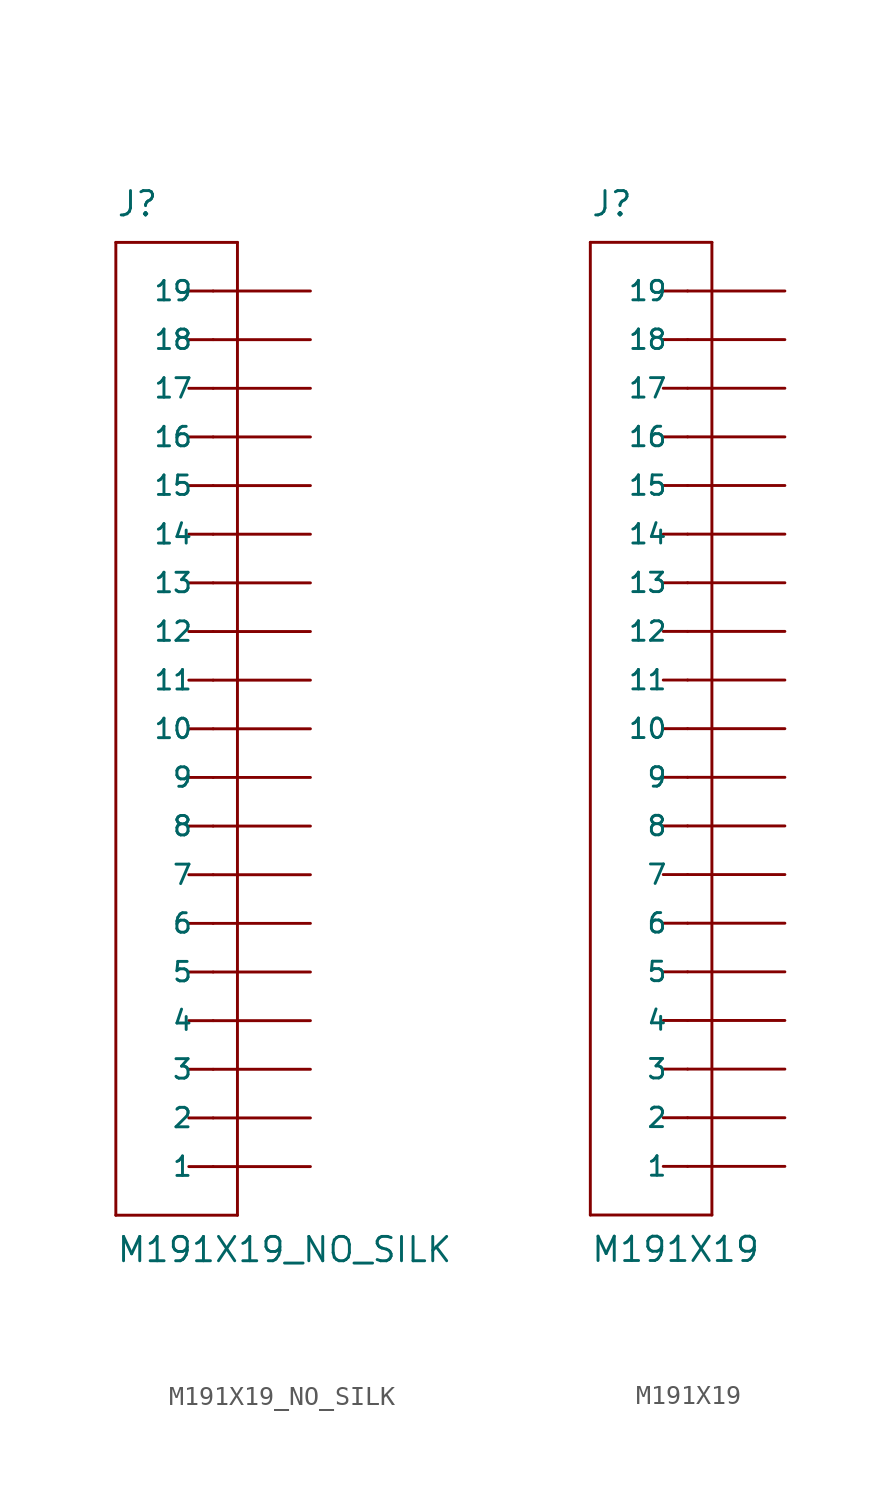
<source format=kicad_sym>
(kicad_symbol_lib
  (version 20211014)
  (generator kicad_symbol_editor)
  (symbol "M191X19_NO_SILK"
    (pin_numbers hide)
    (pin_names
      (offset 1.016))
    (property "Reference" "J"
      (at 0 26.67 0)
      (effects (font (size 1.27 1.27)) (justify left bottom)))
    (property "Value" "M191X19_NO_SILK"
      (at 0 -27.94 0)
      (effects (font (size 1.27 1.27)) (justify left bottom)))
    (property "Datasheet" ""
      (at 0 0 0)
      (effects (font (size 1.524 1.524))))
    (property "ki_locked" ""
      (at 0 0 0)
      (effects (font (size 1.27 1.27))))
    (symbol "M191X19_NO_SILK_1_0"
      (polyline (pts (xy 0 25.4) (xy 0 -25.4)) (stroke (width 0) (type default) (color 0 0 0 0)) (fill (type none)))
      (polyline (pts (xy 0 25.4) (xy 6.35 25.4)) (stroke (width 0) (type default) (color 0 0 0 0)) (fill (type none)))
      (polyline (pts (xy 3.81 -22.86) (xy 5.08 -22.86)) (stroke (width 0) (type default) (color 0 0 0 0)) (fill (type none)))
      (polyline (pts (xy 3.81 -20.32) (xy 5.08 -20.32)) (stroke (width 0) (type default) (color 0 0 0 0)) (fill (type none)))
      (polyline (pts (xy 3.81 -17.78) (xy 5.08 -17.78)) (stroke (width 0) (type default) (color 0 0 0 0)) (fill (type none)))
      (polyline (pts (xy 3.81 -15.24) (xy 5.08 -15.24)) (stroke (width 0) (type default) (color 0 0 0 0)) (fill (type none)))
      (polyline (pts (xy 3.81 -12.7) (xy 5.08 -12.7)) (stroke (width 0) (type default) (color 0 0 0 0)) (fill (type none)))
      (polyline (pts (xy 3.81 -10.16) (xy 5.08 -10.16)) (stroke (width 0) (type default) (color 0 0 0 0)) (fill (type none)))
      (polyline (pts (xy 3.81 -7.62) (xy 5.08 -7.62)) (stroke (width 0) (type default) (color 0 0 0 0)) (fill (type none)))
      (polyline (pts (xy 3.81 -5.08) (xy 5.08 -5.08)) (stroke (width 0) (type default) (color 0 0 0 0)) (fill (type none)))
      (polyline (pts (xy 3.81 -2.54) (xy 5.08 -2.54)) (stroke (width 0) (type default) (color 0 0 0 0)) (fill (type none)))
      (polyline (pts (xy 3.81 0) (xy 5.08 0)) (stroke (width 0) (type default) (color 0 0 0 0)) (fill (type none)))
      (polyline (pts (xy 3.81 2.54) (xy 5.08 2.54)) (stroke (width 0) (type default) (color 0 0 0 0)) (fill (type none)))
      (polyline (pts (xy 3.81 5.08) (xy 5.08 5.08)) (stroke (width 0) (type default) (color 0 0 0 0)) (fill (type none)))
      (polyline (pts (xy 3.81 7.62) (xy 5.08 7.62)) (stroke (width 0) (type default) (color 0 0 0 0)) (fill (type none)))
      (polyline (pts (xy 3.81 10.16) (xy 5.08 10.16)) (stroke (width 0) (type default) (color 0 0 0 0)) (fill (type none)))
      (polyline (pts (xy 3.81 12.7) (xy 5.08 12.7)) (stroke (width 0) (type default) (color 0 0 0 0)) (fill (type none)))
      (polyline (pts (xy 3.81 15.24) (xy 5.08 15.24)) (stroke (width 0) (type default) (color 0 0 0 0)) (fill (type none)))
      (polyline (pts (xy 3.81 17.78) (xy 5.08 17.78)) (stroke (width 0) (type default) (color 0 0 0 0)) (fill (type none)))
      (polyline (pts (xy 3.81 20.32) (xy 5.08 20.32)) (stroke (width 0) (type default) (color 0 0 0 0)) (fill (type none)))
      (polyline (pts (xy 3.81 22.86) (xy 5.08 22.86)) (stroke (width 0) (type default) (color 0 0 0 0)) (fill (type none)))
      (polyline (pts (xy 6.35 -25.4) (xy 0 -25.4)) (stroke (width 0) (type default) (color 0 0 0 0)) (fill (type none)))
      (polyline (pts (xy 6.35 -25.4) (xy 6.35 25.4)) (stroke (width 0) (type default) (color 0 0 0 0)) (fill (type none))))
    (symbol "M191X19_NO_SILK_1_1"
      (pin passive line (at 10.16 -22.86 180) (length 5.08) (name "1" (effects (font (size 1.016 1.016)))) (number "1" (effects (font (size 1.016 1.016)))))
      (pin passive line (at 10.16 0 180) (length 5.08) (name "10" (effects (font (size 1.016 1.016)))) (number "10" (effects (font (size 1.016 1.016)))))
      (pin passive line (at 10.16 2.54 180) (length 5.08) (name "11" (effects (font (size 1.016 1.016)))) (number "11" (effects (font (size 1.016 1.016)))))
      (pin passive line (at 10.16 5.08 180) (length 5.08) (name "12" (effects (font (size 1.016 1.016)))) (number "12" (effects (font (size 1.016 1.016)))))
      (pin passive line (at 10.16 7.62 180) (length 5.08) (name "13" (effects (font (size 1.016 1.016)))) (number "13" (effects (font (size 1.016 1.016)))))
      (pin passive line (at 10.16 10.16 180) (length 5.08) (name "14" (effects (font (size 1.016 1.016)))) (number "14" (effects (font (size 1.016 1.016)))))
      (pin passive line (at 10.16 12.7 180) (length 5.08) (name "15" (effects (font (size 1.016 1.016)))) (number "15" (effects (font (size 1.016 1.016)))))
      (pin passive line (at 10.16 15.24 180) (length 5.08) (name "16" (effects (font (size 1.016 1.016)))) (number "16" (effects (font (size 1.016 1.016)))))
      (pin passive line (at 10.16 17.78 180) (length 5.08) (name "17" (effects (font (size 1.016 1.016)))) (number "17" (effects (font (size 1.016 1.016)))))
      (pin passive line (at 10.16 20.32 180) (length 5.08) (name "18" (effects (font (size 1.016 1.016)))) (number "18" (effects (font (size 1.016 1.016)))))
      (pin passive line (at 10.16 22.86 180) (length 5.08) (name "19" (effects (font (size 1.016 1.016)))) (number "19" (effects (font (size 1.016 1.016)))))
      (pin passive line (at 10.16 -20.32 180) (length 5.08) (name "2" (effects (font (size 1.016 1.016)))) (number "2" (effects (font (size 1.016 1.016)))))
      (pin passive line (at 10.16 -17.78 180) (length 5.08) (name "3" (effects (font (size 1.016 1.016)))) (number "3" (effects (font (size 1.016 1.016)))))
      (pin passive line (at 10.16 -15.24 180) (length 5.08) (name "4" (effects (font (size 1.016 1.016)))) (number "4" (effects (font (size 1.016 1.016)))))
      (pin passive line (at 10.16 -12.7 180) (length 5.08) (name "5" (effects (font (size 1.016 1.016)))) (number "5" (effects (font (size 1.016 1.016)))))
      (pin passive line (at 10.16 -10.16 180) (length 5.08) (name "6" (effects (font (size 1.016 1.016)))) (number "6" (effects (font (size 1.016 1.016)))))
      (pin passive line (at 10.16 -7.62 180) (length 5.08) (name "7" (effects (font (size 1.016 1.016)))) (number "7" (effects (font (size 1.016 1.016)))))
      (pin passive line (at 10.16 -5.08 180) (length 5.08) (name "8" (effects (font (size 1.016 1.016)))) (number "8" (effects (font (size 1.016 1.016)))))
      (pin passive line (at 10.16 -2.54 180) (length 5.08) (name "9" (effects (font (size 1.016 1.016)))) (number "9" (effects (font (size 1.016 1.016)))))))
  (symbol "M191X19"
    (pin_numbers hide)
    (pin_names
      (offset 1.016))
    (property "Reference" "J"
      (at 0 26.67 0)
      (effects (font (size 1.27 1.27)) (justify left bottom)))
    (property "Value" "M191X19"
      (at 0 -27.94 0)
      (effects (font (size 1.27 1.27)) (justify left bottom)))
    (property "Datasheet" ""
      (at 0 0 0)
      (effects (font (size 1.524 1.524))))
    (property "ki_locked" ""
      (at 0 0 0)
      (effects (font (size 1.27 1.27))))
    (symbol "M191X19_1_0"
      (polyline (pts (xy 0 25.4) (xy 0 -25.4)) (stroke (width 0) (type default) (color 0 0 0 0)) (fill (type none)))
      (polyline (pts (xy 0 25.4) (xy 6.35 25.4)) (stroke (width 0) (type default) (color 0 0 0 0)) (fill (type none)))
      (polyline (pts (xy 3.81 -22.86) (xy 5.08 -22.86)) (stroke (width 0) (type default) (color 0 0 0 0)) (fill (type none)))
      (polyline (pts (xy 3.81 -20.32) (xy 5.08 -20.32)) (stroke (width 0) (type default) (color 0 0 0 0)) (fill (type none)))
      (polyline (pts (xy 3.81 -17.78) (xy 5.08 -17.78)) (stroke (width 0) (type default) (color 0 0 0 0)) (fill (type none)))
      (polyline (pts (xy 3.81 -15.24) (xy 5.08 -15.24)) (stroke (width 0) (type default) (color 0 0 0 0)) (fill (type none)))
      (polyline (pts (xy 3.81 -12.7) (xy 5.08 -12.7)) (stroke (width 0) (type default) (color 0 0 0 0)) (fill (type none)))
      (polyline (pts (xy 3.81 -10.16) (xy 5.08 -10.16)) (stroke (width 0) (type default) (color 0 0 0 0)) (fill (type none)))
      (polyline (pts (xy 3.81 -7.62) (xy 5.08 -7.62)) (stroke (width 0) (type default) (color 0 0 0 0)) (fill (type none)))
      (polyline (pts (xy 3.81 -5.08) (xy 5.08 -5.08)) (stroke (width 0) (type default) (color 0 0 0 0)) (fill (type none)))
      (polyline (pts (xy 3.81 -2.54) (xy 5.08 -2.54)) (stroke (width 0) (type default) (color 0 0 0 0)) (fill (type none)))
      (polyline (pts (xy 3.81 0) (xy 5.08 0)) (stroke (width 0) (type default) (color 0 0 0 0)) (fill (type none)))
      (polyline (pts (xy 3.81 2.54) (xy 5.08 2.54)) (stroke (width 0) (type default) (color 0 0 0 0)) (fill (type none)))
      (polyline (pts (xy 3.81 5.08) (xy 5.08 5.08)) (stroke (width 0) (type default) (color 0 0 0 0)) (fill (type none)))
      (polyline (pts (xy 3.81 7.62) (xy 5.08 7.62)) (stroke (width 0) (type default) (color 0 0 0 0)) (fill (type none)))
      (polyline (pts (xy 3.81 10.16) (xy 5.08 10.16)) (stroke (width 0) (type default) (color 0 0 0 0)) (fill (type none)))
      (polyline (pts (xy 3.81 12.7) (xy 5.08 12.7)) (stroke (width 0) (type default) (color 0 0 0 0)) (fill (type none)))
      (polyline (pts (xy 3.81 15.24) (xy 5.08 15.24)) (stroke (width 0) (type default) (color 0 0 0 0)) (fill (type none)))
      (polyline (pts (xy 3.81 17.78) (xy 5.08 17.78)) (stroke (width 0) (type default) (color 0 0 0 0)) (fill (type none)))
      (polyline (pts (xy 3.81 20.32) (xy 5.08 20.32)) (stroke (width 0) (type default) (color 0 0 0 0)) (fill (type none)))
      (polyline (pts (xy 3.81 22.86) (xy 5.08 22.86)) (stroke (width 0) (type default) (color 0 0 0 0)) (fill (type none)))
      (polyline (pts (xy 6.35 -25.4) (xy 0 -25.4)) (stroke (width 0) (type default) (color 0 0 0 0)) (fill (type none)))
      (polyline (pts (xy 6.35 -25.4) (xy 6.35 25.4)) (stroke (width 0) (type default) (color 0 0 0 0)) (fill (type none))))
    (symbol "M191X19_1_1"
      (pin passive line (at 10.16 -22.86 180) (length 5.08) (name "1" (effects (font (size 1.016 1.016)))) (number "1" (effects (font (size 1.016 1.016)))))
      (pin passive line (at 10.16 0 180) (length 5.08) (name "10" (effects (font (size 1.016 1.016)))) (number "10" (effects (font (size 1.016 1.016)))))
      (pin passive line (at 10.16 2.54 180) (length 5.08) (name "11" (effects (font (size 1.016 1.016)))) (number "11" (effects (font (size 1.016 1.016)))))
      (pin passive line (at 10.16 5.08 180) (length 5.08) (name "12" (effects (font (size 1.016 1.016)))) (number "12" (effects (font (size 1.016 1.016)))))
      (pin passive line (at 10.16 7.62 180) (length 5.08) (name "13" (effects (font (size 1.016 1.016)))) (number "13" (effects (font (size 1.016 1.016)))))
      (pin passive line (at 10.16 10.16 180) (length 5.08) (name "14" (effects (font (size 1.016 1.016)))) (number "14" (effects (font (size 1.016 1.016)))))
      (pin passive line (at 10.16 12.7 180) (length 5.08) (name "15" (effects (font (size 1.016 1.016)))) (number "15" (effects (font (size 1.016 1.016)))))
      (pin passive line (at 10.16 15.24 180) (length 5.08) (name "16" (effects (font (size 1.016 1.016)))) (number "16" (effects (font (size 1.016 1.016)))))
      (pin passive line (at 10.16 17.78 180) (length 5.08) (name "17" (effects (font (size 1.016 1.016)))) (number "17" (effects (font (size 1.016 1.016)))))
      (pin passive line (at 10.16 20.32 180) (length 5.08) (name "18" (effects (font (size 1.016 1.016)))) (number "18" (effects (font (size 1.016 1.016)))))
      (pin passive line (at 10.16 22.86 180) (length 5.08) (name "19" (effects (font (size 1.016 1.016)))) (number "19" (effects (font (size 1.016 1.016)))))
      (pin passive line (at 10.16 -20.32 180) (length 5.08) (name "2" (effects (font (size 1.016 1.016)))) (number "2" (effects (font (size 1.016 1.016)))))
      (pin passive line (at 10.16 -17.78 180) (length 5.08) (name "3" (effects (font (size 1.016 1.016)))) (number "3" (effects (font (size 1.016 1.016)))))
      (pin passive line (at 10.16 -15.24 180) (length 5.08) (name "4" (effects (font (size 1.016 1.016)))) (number "4" (effects (font (size 1.016 1.016)))))
      (pin passive line (at 10.16 -12.7 180) (length 5.08) (name "5" (effects (font (size 1.016 1.016)))) (number "5" (effects (font (size 1.016 1.016)))))
      (pin passive line (at 10.16 -10.16 180) (length 5.08) (name "6" (effects (font (size 1.016 1.016)))) (number "6" (effects (font (size 1.016 1.016)))))
      (pin passive line (at 10.16 -7.62 180) (length 5.08) (name "7" (effects (font (size 1.016 1.016)))) (number "7" (effects (font (size 1.016 1.016)))))
      (pin passive line (at 10.16 -5.08 180) (length 5.08) (name "8" (effects (font (size 1.016 1.016)))) (number "8" (effects (font (size 1.016 1.016)))))
      (pin passive line (at 10.16 -2.54 180) (length 5.08) (name "9" (effects (font (size 1.016 1.016)))) (number "9" (effects (font (size 1.016 1.016))))))))
</source>
